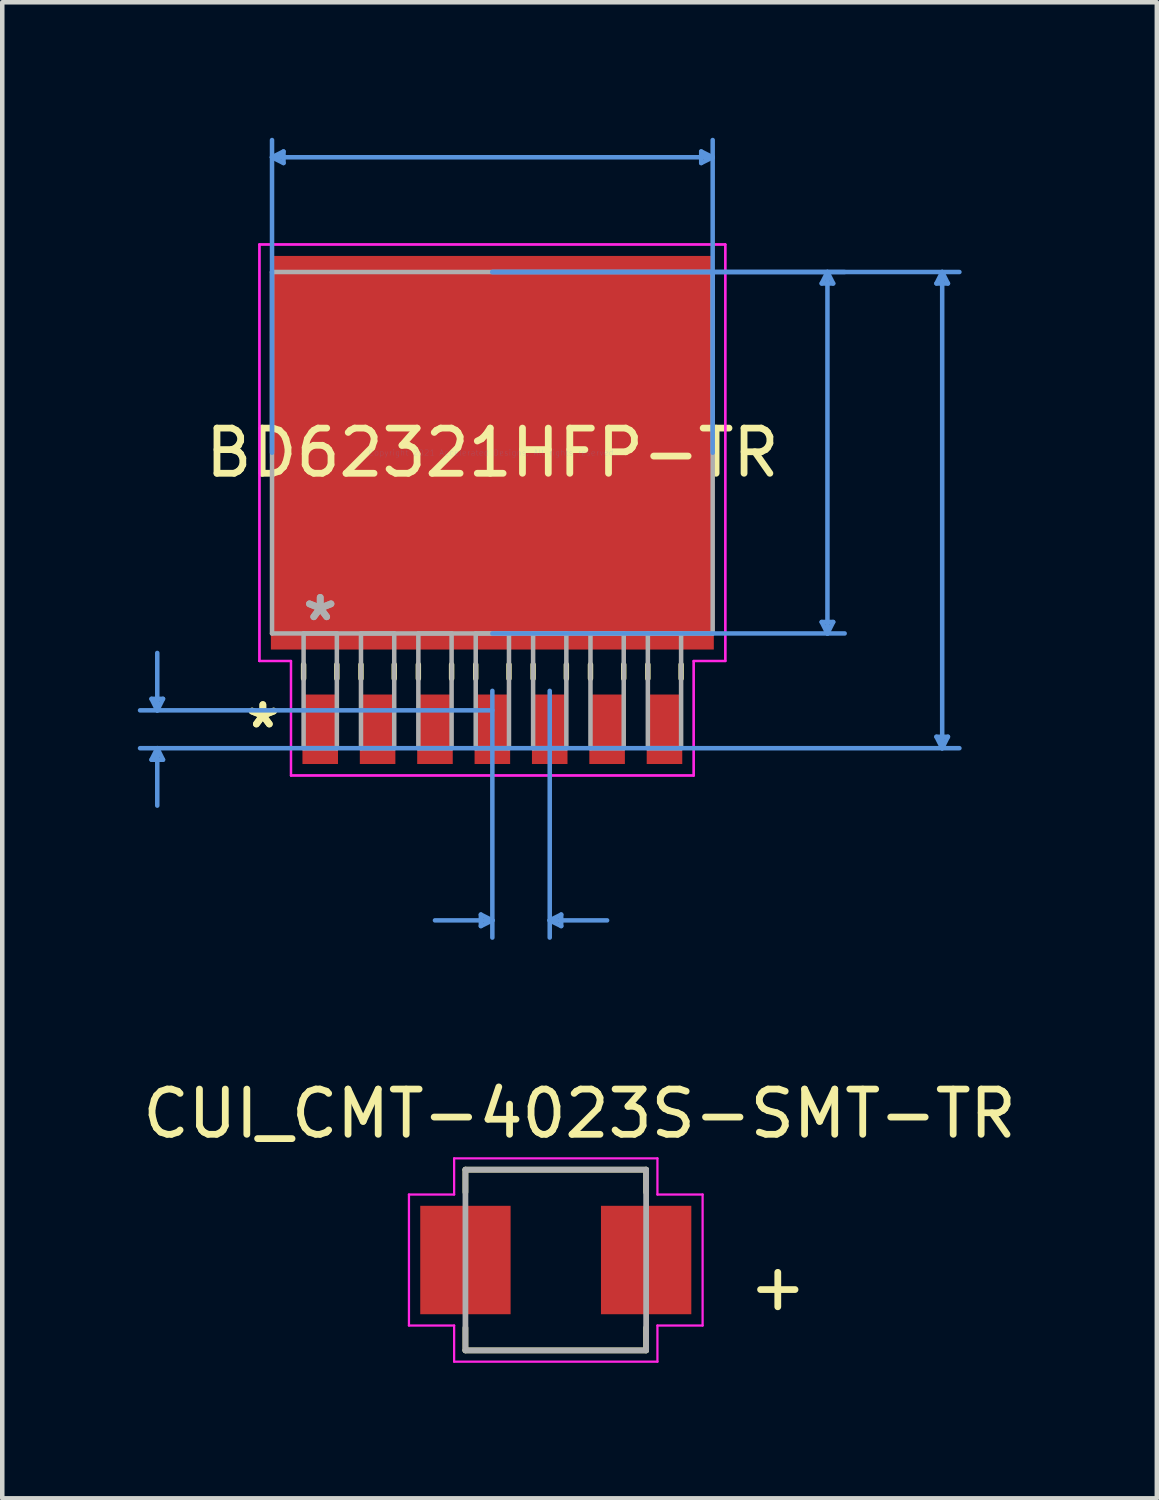
<source format=kicad_pcb>
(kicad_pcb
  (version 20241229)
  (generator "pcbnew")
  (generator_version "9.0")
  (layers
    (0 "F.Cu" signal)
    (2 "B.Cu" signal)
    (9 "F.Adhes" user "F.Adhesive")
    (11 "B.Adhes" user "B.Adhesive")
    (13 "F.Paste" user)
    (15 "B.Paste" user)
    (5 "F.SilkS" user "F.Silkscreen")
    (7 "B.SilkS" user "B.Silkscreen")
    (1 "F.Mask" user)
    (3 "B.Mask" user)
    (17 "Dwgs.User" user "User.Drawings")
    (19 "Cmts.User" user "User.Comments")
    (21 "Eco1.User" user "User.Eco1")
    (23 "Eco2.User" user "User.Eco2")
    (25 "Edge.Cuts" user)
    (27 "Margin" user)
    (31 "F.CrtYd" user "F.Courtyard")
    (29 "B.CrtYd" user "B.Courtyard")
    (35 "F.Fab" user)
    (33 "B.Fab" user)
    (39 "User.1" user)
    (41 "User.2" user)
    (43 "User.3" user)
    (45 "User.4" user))
  (footprint "BD62321HFP-TR"
    (layer "F.Cu")
    (at 7.848 6.971)
    (property "Reference" "BD62321HFP-TR" (at 0 0 0) (layer "F.SilkS") (effects (font (size 1 1) (thickness 0.15))))
    (attr through_hole)
    (fp_line (start -4.178 4.689) (end -4.178 4.997) (stroke (width 0.12) (type solid)) (layer "F.SilkS"))
    (fp_line (start -3.442 4.689) (end -3.442 4.997) (stroke (width 0.12) (type solid)) (layer "F.SilkS"))
    (fp_line (start -2.908 4.689) (end -2.908 4.997) (stroke (width 0.12) (type solid)) (layer "F.SilkS"))
    (fp_line (start -2.172 4.689) (end -2.172 4.997) (stroke (width 0.12) (type solid)) (layer "F.SilkS"))
    (fp_line (start -1.638 4.689) (end -1.638 4.997) (stroke (width 0.12) (type solid)) (layer "F.SilkS"))
    (fp_line (start -0.902 4.689) (end -0.902 4.997) (stroke (width 0.12) (type solid)) (layer "F.SilkS"))
    (fp_line (start -0.368 4.689) (end -0.368 4.997) (stroke (width 0.12) (type solid)) (layer "F.SilkS"))
    (fp_line (start 0.368 4.689) (end 0.368 4.997) (stroke (width 0.12) (type solid)) (layer "F.SilkS"))
    (fp_line (start 0.902 4.689) (end 0.902 4.997) (stroke (width 0.12) (type solid)) (layer "F.SilkS"))
    (fp_line (start 1.638 4.689) (end 1.638 4.997) (stroke (width 0.12) (type solid)) (layer "F.SilkS"))
    (fp_line (start 2.172 4.689) (end 2.172 4.997) (stroke (width 0.12) (type solid)) (layer "F.SilkS"))
    (fp_line (start 2.908 4.689) (end 2.908 4.997) (stroke (width 0.12) (type solid)) (layer "F.SilkS"))
    (fp_line (start 3.442 4.689) (end 3.442 4.997) (stroke (width 0.12) (type solid)) (layer "F.SilkS"))
    (fp_line (start 4.178 4.689) (end 4.178 4.997) (stroke (width 0.12) (type solid)) (layer "F.SilkS"))
    (fp_line (start -7.544 5.448) (end -7.29 5.448) (stroke (width 0.1) (type solid)) (layer "Cmts.User"))
    (fp_line (start -7.544 6.795) (end -7.29 6.795) (stroke (width 0.1) (type solid)) (layer "Cmts.User"))
    (fp_line (start -7.417 5.702) (end -7.544 5.448) (stroke (width 0.1) (type solid)) (layer "Cmts.User"))
    (fp_line (start -7.417 5.702) (end -7.417 4.432) (stroke (width 0.1) (type solid)) (layer "Cmts.User"))
    (fp_line (start -7.417 5.702) (end -7.29 5.448) (stroke (width 0.1) (type solid)) (layer "Cmts.User"))
    (fp_line (start -7.417 6.54) (end -7.544 6.795) (stroke (width 0.1) (type solid)) (layer "Cmts.User"))
    (fp_line (start -7.417 6.54) (end -7.417 7.811) (stroke (width 0.1) (type solid)) (layer "Cmts.User"))
    (fp_line (start -7.417 6.54) (end -7.29 6.795) (stroke (width 0.1) (type solid)) (layer "Cmts.User"))
    (fp_line (start -4.877 -6.54) (end -4.623 -6.668) (stroke (width 0.1) (type solid)) (layer "Cmts.User"))
    (fp_line (start -4.877 -6.54) (end -4.623 -6.413) (stroke (width 0.1) (type solid)) (layer "Cmts.User"))
    (fp_line (start -4.877 -6.54) (end 4.877 -6.54) (stroke (width 0.1) (type solid)) (layer "Cmts.User"))
    (fp_line (start -4.877 0) (end -4.877 -6.921) (stroke (width 0.1) (type solid)) (layer "Cmts.User"))
    (fp_line (start -4.623 -6.668) (end -4.623 -6.413) (stroke (width 0.1) (type solid)) (layer "Cmts.User"))
    (fp_line (start -0.254 10.223) (end -0.254 10.477) (stroke (width 0.1) (type solid)) (layer "Cmts.User"))
    (fp_line (start 0 -4) (end 7.798 -4) (stroke (width 0.1) (type solid)) (layer "Cmts.User"))
    (fp_line (start 0 -4) (end 10.338 -4) (stroke (width 0.1) (type solid)) (layer "Cmts.User"))
    (fp_line (start 0 4) (end 7.798 4) (stroke (width 0.1) (type solid)) (layer "Cmts.User"))
    (fp_line (start 0 5.271) (end 0 10.732) (stroke (width 0.1) (type solid)) (layer "Cmts.User"))
    (fp_line (start 0 5.702) (end -7.798 5.702) (stroke (width 0.1) (type solid)) (layer "Cmts.User"))
    (fp_line (start 0 6.54) (end -7.798 6.54) (stroke (width 0.1) (type solid)) (layer "Cmts.User"))
    (fp_line (start 0 6.54) (end 10.338 6.54) (stroke (width 0.1) (type solid)) (layer "Cmts.User"))
    (fp_line (start 0 10.351) (end -1.27 10.351) (stroke (width 0.1) (type solid)) (layer "Cmts.User"))
    (fp_line (start 0 10.351) (end -0.254 10.223) (stroke (width 0.1) (type solid)) (layer "Cmts.User"))
    (fp_line (start 0 10.351) (end -0.254 10.477) (stroke (width 0.1) (type solid)) (layer "Cmts.User"))
    (fp_line (start 1.27 5.271) (end 1.27 10.732) (stroke (width 0.1) (type solid)) (layer "Cmts.User"))
    (fp_line (start 1.27 10.351) (end 1.524 10.223) (stroke (width 0.1) (type solid)) (layer "Cmts.User"))
    (fp_line (start 1.27 10.351) (end 1.524 10.477) (stroke (width 0.1) (type solid)) (layer "Cmts.User"))
    (fp_line (start 1.27 10.351) (end 2.54 10.351) (stroke (width 0.1) (type solid)) (layer "Cmts.User"))
    (fp_line (start 1.524 10.223) (end 1.524 10.477) (stroke (width 0.1) (type solid)) (layer "Cmts.User"))
    (fp_line (start 4.623 -6.668) (end 4.623 -6.413) (stroke (width 0.1) (type solid)) (layer "Cmts.User"))
    (fp_line (start 4.877 -6.54) (end 4.623 -6.668) (stroke (width 0.1) (type solid)) (layer "Cmts.User"))
    (fp_line (start 4.877 -6.54) (end 4.623 -6.413) (stroke (width 0.1) (type solid)) (layer "Cmts.User"))
    (fp_line (start 4.877 0) (end 4.877 -6.921) (stroke (width 0.1) (type solid)) (layer "Cmts.User"))
    (fp_line (start 7.29 -3.747) (end 7.544 -3.747) (stroke (width 0.1) (type solid)) (layer "Cmts.User"))
    (fp_line (start 7.29 3.747) (end 7.544 3.747) (stroke (width 0.1) (type solid)) (layer "Cmts.User"))
    (fp_line (start 7.417 -4) (end 7.29 -3.747) (stroke (width 0.1) (type solid)) (layer "Cmts.User"))
    (fp_line (start 7.417 -4) (end 7.417 4) (stroke (width 0.1) (type solid)) (layer "Cmts.User"))
    (fp_line (start 7.417 -4) (end 7.544 -3.747) (stroke (width 0.1) (type solid)) (layer "Cmts.User"))
    (fp_line (start 7.417 4) (end 7.29 3.747) (stroke (width 0.1) (type solid)) (layer "Cmts.User"))
    (fp_line (start 7.417 4) (end 7.544 3.747) (stroke (width 0.1) (type solid)) (layer "Cmts.User"))
    (fp_line (start 9.83 -3.747) (end 10.084 -3.747) (stroke (width 0.1) (type solid)) (layer "Cmts.User"))
    (fp_line (start 9.83 6.287) (end 10.084 6.287) (stroke (width 0.1) (type solid)) (layer "Cmts.User"))
    (fp_line (start 9.957 -4) (end 9.83 -3.747) (stroke (width 0.1) (type solid)) (layer "Cmts.User"))
    (fp_line (start 9.957 -4) (end 9.957 6.54) (stroke (width 0.1) (type solid)) (layer "Cmts.User"))
    (fp_line (start 9.957 -4) (end 10.084 -3.747) (stroke (width 0.1) (type solid)) (layer "Cmts.User"))
    (fp_line (start 9.957 6.54) (end 9.83 6.287) (stroke (width 0.1) (type solid)) (layer "Cmts.User"))
    (fp_line (start 9.957 6.54) (end 10.084 6.287) (stroke (width 0.1) (type solid)) (layer "Cmts.User"))
    (fp_line (start -5.156 -4.61) (end 5.156 -4.61) (stroke (width 0.05) (type solid)) (layer "F.CrtYd"))
    (fp_line (start -5.156 -4.61) (end 5.156 -4.61) (stroke (width 0.05) (type solid)) (layer "F.CrtYd"))
    (fp_line (start -5.156 4.61) (end -5.156 -4.61) (stroke (width 0.05) (type solid)) (layer "F.CrtYd"))
    (fp_line (start -5.156 4.61) (end -5.156 -4.61) (stroke (width 0.05) (type solid)) (layer "F.CrtYd"))
    (fp_line (start -4.457 4.61) (end -5.156 4.61) (stroke (width 0.05) (type solid)) (layer "F.CrtYd"))
    (fp_line (start -4.457 4.61) (end -5.156 4.61) (stroke (width 0.05) (type solid)) (layer "F.CrtYd"))
    (fp_line (start -4.457 7.144) (end -4.457 4.61) (stroke (width 0.05) (type solid)) (layer "F.CrtYd"))
    (fp_line (start -4.457 7.144) (end -4.457 4.61) (stroke (width 0.05) (type solid)) (layer "F.CrtYd"))
    (fp_line (start 4.457 4.61) (end 4.457 7.144) (stroke (width 0.05) (type solid)) (layer "F.CrtYd"))
    (fp_line (start 4.457 4.61) (end 4.457 7.144) (stroke (width 0.05) (type solid)) (layer "F.CrtYd"))
    (fp_line (start 4.457 7.144) (end -4.457 7.144) (stroke (width 0.05) (type solid)) (layer "F.CrtYd"))
    (fp_line (start 4.457 7.144) (end -4.457 7.144) (stroke (width 0.05) (type solid)) (layer "F.CrtYd"))
    (fp_line (start 5.156 -4.61) (end 5.156 4.61) (stroke (width 0.05) (type solid)) (layer "F.CrtYd"))
    (fp_line (start 5.156 -4.61) (end 5.156 4.61) (stroke (width 0.05) (type solid)) (layer "F.CrtYd"))
    (fp_line (start 5.156 4.61) (end 4.457 4.61) (stroke (width 0.05) (type solid)) (layer "F.CrtYd"))
    (fp_line (start 5.156 4.61) (end 4.457 4.61) (stroke (width 0.05) (type solid)) (layer "F.CrtYd"))
    (fp_line (start -4.877 -4) (end -4.877 4) (stroke (width 0.1) (type solid)) (layer "F.Fab"))
    (fp_line (start -4.877 4) (end 4.877 4) (stroke (width 0.1) (type solid)) (layer "F.Fab"))
    (fp_line (start -4.178 4) (end -4.178 6.54) (stroke (width 0.1) (type solid)) (layer "F.Fab"))
    (fp_line (start -4.178 6.54) (end -3.442 6.54) (stroke (width 0.1) (type solid)) (layer "F.Fab"))
    (fp_line (start -3.442 4) (end -4.178 4) (stroke (width 0.1) (type solid)) (layer "F.Fab"))
    (fp_line (start -3.442 6.54) (end -3.442 4) (stroke (width 0.1) (type solid)) (layer "F.Fab"))
    (fp_line (start -2.908 4) (end -2.908 6.54) (stroke (width 0.1) (type solid)) (layer "F.Fab"))
    (fp_line (start -2.908 6.54) (end -2.172 6.54) (stroke (width 0.1) (type solid)) (layer "F.Fab"))
    (fp_line (start -2.172 4) (end -2.908 4) (stroke (width 0.1) (type solid)) (layer "F.Fab"))
    (fp_line (start -2.172 6.54) (end -2.172 4) (stroke (width 0.1) (type solid)) (layer "F.Fab"))
    (fp_line (start -1.638 4) (end -1.638 6.54) (stroke (width 0.1) (type solid)) (layer "F.Fab"))
    (fp_line (start -1.638 6.54) (end -0.902 6.54) (stroke (width 0.1) (type solid)) (layer "F.Fab"))
    (fp_line (start -0.902 4) (end -1.638 4) (stroke (width 0.1) (type solid)) (layer "F.Fab"))
    (fp_line (start -0.902 6.54) (end -0.902 4) (stroke (width 0.1) (type solid)) (layer "F.Fab"))
    (fp_line (start -0.368 4) (end -0.368 6.54) (stroke (width 0.1) (type solid)) (layer "F.Fab"))
    (fp_line (start -0.368 6.54) (end 0.368 6.54) (stroke (width 0.1) (type solid)) (layer "F.Fab"))
    (fp_line (start 0.368 4) (end -0.368 4) (stroke (width 0.1) (type solid)) (layer "F.Fab"))
    (fp_line (start 0.368 6.54) (end 0.368 4) (stroke (width 0.1) (type solid)) (layer "F.Fab"))
    (fp_line (start 0.902 4) (end 0.902 6.54) (stroke (width 0.1) (type solid)) (layer "F.Fab"))
    (fp_line (start 0.902 6.54) (end 1.638 6.54) (stroke (width 0.1) (type solid)) (layer "F.Fab"))
    (fp_line (start 1.638 4) (end 0.902 4) (stroke (width 0.1) (type solid)) (layer "F.Fab"))
    (fp_line (start 1.638 6.54) (end 1.638 4) (stroke (width 0.1) (type solid)) (layer "F.Fab"))
    (fp_line (start 2.172 4) (end 2.172 6.54) (stroke (width 0.1) (type solid)) (layer "F.Fab"))
    (fp_line (start 2.172 6.54) (end 2.908 6.54) (stroke (width 0.1) (type solid)) (layer "F.Fab"))
    (fp_line (start 2.908 4) (end 2.172 4) (stroke (width 0.1) (type solid)) (layer "F.Fab"))
    (fp_line (start 2.908 6.54) (end 2.908 4) (stroke (width 0.1) (type solid)) (layer "F.Fab"))
    (fp_line (start 3.442 4) (end 3.442 6.54) (stroke (width 0.1) (type solid)) (layer "F.Fab"))
    (fp_line (start 3.442 6.54) (end 4.178 6.54) (stroke (width 0.1) (type solid)) (layer "F.Fab"))
    (fp_line (start 4.178 4) (end 3.442 4) (stroke (width 0.1) (type solid)) (layer "F.Fab"))
    (fp_line (start 4.178 6.54) (end 4.178 4) (stroke (width 0.1) (type solid)) (layer "F.Fab"))
    (fp_line (start 4.877 -4) (end -4.877 -4) (stroke (width 0.1) (type solid)) (layer "F.Fab"))
    (fp_line (start 4.877 4) (end 4.877 -4) (stroke (width 0.1) (type solid)) (layer "F.Fab"))
    (fp_text user "*" (at -5.08 6.121 0) (layer "F.SilkS") (effects (font (size 1 1) (thickness 0.15))))
    (fp_text user "*" (at -5.08 6.121 0) (layer "F.SilkS") (effects (font (size 1 1) (thickness 0.15))))
    (fp_text user "Copyright 2021 Accelerated Designs. All rights reserved." (at 0 0 0) (layer "Cmts.User") (effects (font (size 0.127 0.127) (thickness 0.002))))
    (fp_text user "*" (at -3.81 3.747 0) (layer "F.Fab") (effects (font (size 1 1) (thickness 0.15))))
    (fp_text user "*" (at -3.81 3.747 0) (layer "F.Fab") (effects (font (size 1 1) (thickness 0.15))))
    (pad "1" smd rect (at -3.81 6.121) (size 0.787 1.538) (layers "F.Cu" "F.Mask" "F.Paste"))
    (pad "2" smd rect (at -2.54 6.121) (size 0.787 1.538) (layers "F.Cu" "F.Mask" "F.Paste"))
    (pad "3" smd rect (at -1.27 6.121) (size 0.787 1.538) (layers "F.Cu" "F.Mask" "F.Paste"))
    (pad "4" smd rect (at 0 6.121) (size 0.787 1.538) (layers "F.Cu" "F.Mask" "F.Paste"))
    (pad "5" smd rect (at 1.27 6.121) (size 0.787 1.538) (layers "F.Cu" "F.Mask" "F.Paste"))
    (pad "6" smd rect (at 2.54 6.121) (size 0.787 1.538) (layers "F.Cu" "F.Mask" "F.Paste"))
    (pad "7" smd rect (at 3.81 6.121) (size 0.787 1.538) (layers "F.Cu" "F.Mask" "F.Paste"))
    (pad "8" smd rect (at 0 0) (size 9.804 8.712) (layers "F.Cu" "F.Mask" "F.Paste")))
  (footprint "CUI_CMT-4023S-SMT-TR"
    (layer "F.Cu")
    (at 9.252 24.84)
    (property "Reference" "CUI_CMT-4023S-SMT-TR" (at 0.526 -3.238 0) (layer "F.SilkS") (effects (font (size 1.001 1.001) (thickness 0.15))))
    (attr through_hole)
    (fp_line (start -2 -2) (end -2 -1.5) (stroke (width 0.127) (type solid)) (layer "F.SilkS"))
    (fp_line (start -2 -2) (end 2 -2) (stroke (width 0.127) (type solid)) (layer "F.SilkS"))
    (fp_line (start -2 1.5) (end -2 2) (stroke (width 0.127) (type solid)) (layer "F.SilkS"))
    (fp_line (start 2 -2) (end 2 -1.5) (stroke (width 0.127) (type solid)) (layer "F.SilkS"))
    (fp_line (start 2 1.5) (end 2 2) (stroke (width 0.127) (type solid)) (layer "F.SilkS"))
    (fp_line (start 2 2) (end -2 2) (stroke (width 0.127) (type solid)) (layer "F.SilkS"))
    (fp_line (start -3.25 -1.45) (end -3.25 1.45) (stroke (width 0.05) (type solid)) (layer "F.CrtYd"))
    (fp_line (start -3.25 -1.45) (end -2.25 -1.45) (stroke (width 0.05) (type solid)) (layer "F.CrtYd"))
    (fp_line (start -3.25 1.45) (end -2.25 1.45) (stroke (width 0.05) (type solid)) (layer "F.CrtYd"))
    (fp_line (start -2.25 -1.45) (end -2.25 -2.25) (stroke (width 0.05) (type solid)) (layer "F.CrtYd"))
    (fp_line (start -2.25 1.45) (end -2.25 2.25) (stroke (width 0.05) (type solid)) (layer "F.CrtYd"))
    (fp_line (start -2.25 2.25) (end 2.25 2.25) (stroke (width 0.05) (type solid)) (layer "F.CrtYd"))
    (fp_line (start 2.25 -2.25) (end -2.25 -2.25) (stroke (width 0.05) (type solid)) (layer "F.CrtYd"))
    (fp_line (start 2.25 -1.45) (end 2.25 -2.25) (stroke (width 0.05) (type solid)) (layer "F.CrtYd"))
    (fp_line (start 2.25 -1.45) (end 3.25 -1.45) (stroke (width 0.05) (type solid)) (layer "F.CrtYd"))
    (fp_line (start 2.25 1.45) (end 3.25 1.45) (stroke (width 0.05) (type solid)) (layer "F.CrtYd"))
    (fp_line (start 2.25 2.25) (end 2.25 1.45) (stroke (width 0.05) (type solid)) (layer "F.CrtYd"))
    (fp_line (start 3.25 1.45) (end 3.25 -1.45) (stroke (width 0.05) (type solid)) (layer "F.CrtYd"))
    (fp_line (start -2 -2) (end 2 -2) (stroke (width 0.127) (type solid)) (layer "F.Fab"))
    (fp_line (start -2 2) (end -2 -2) (stroke (width 0.127) (type solid)) (layer "F.Fab"))
    (fp_line (start 2 -2) (end 2 2) (stroke (width 0.127) (type solid)) (layer "F.Fab"))
    (fp_line (start 2 2) (end -2 2) (stroke (width 0.127) (type solid)) (layer "F.Fab"))
    (fp_text user "+" (at 4.914 0.58 0) (layer "F.SilkS") (effects (font (size 1.001 1.001) (thickness 0.15))))
    (pad "1" smd rect (at 2 0) (size 2 2.4) (layers "F.Cu" "F.Mask" "F.Paste"))
    (pad "2" smd rect (at -2 0) (size 2 2.4) (layers "F.Cu" "F.Mask" "F.Paste")))
  (gr_rect
    (start -3 -3)
    (end 22.556 30.115)
    (stroke (width 0.1) (type default))
    (fill no)
    (layer "Edge.Cuts")))
</source>
